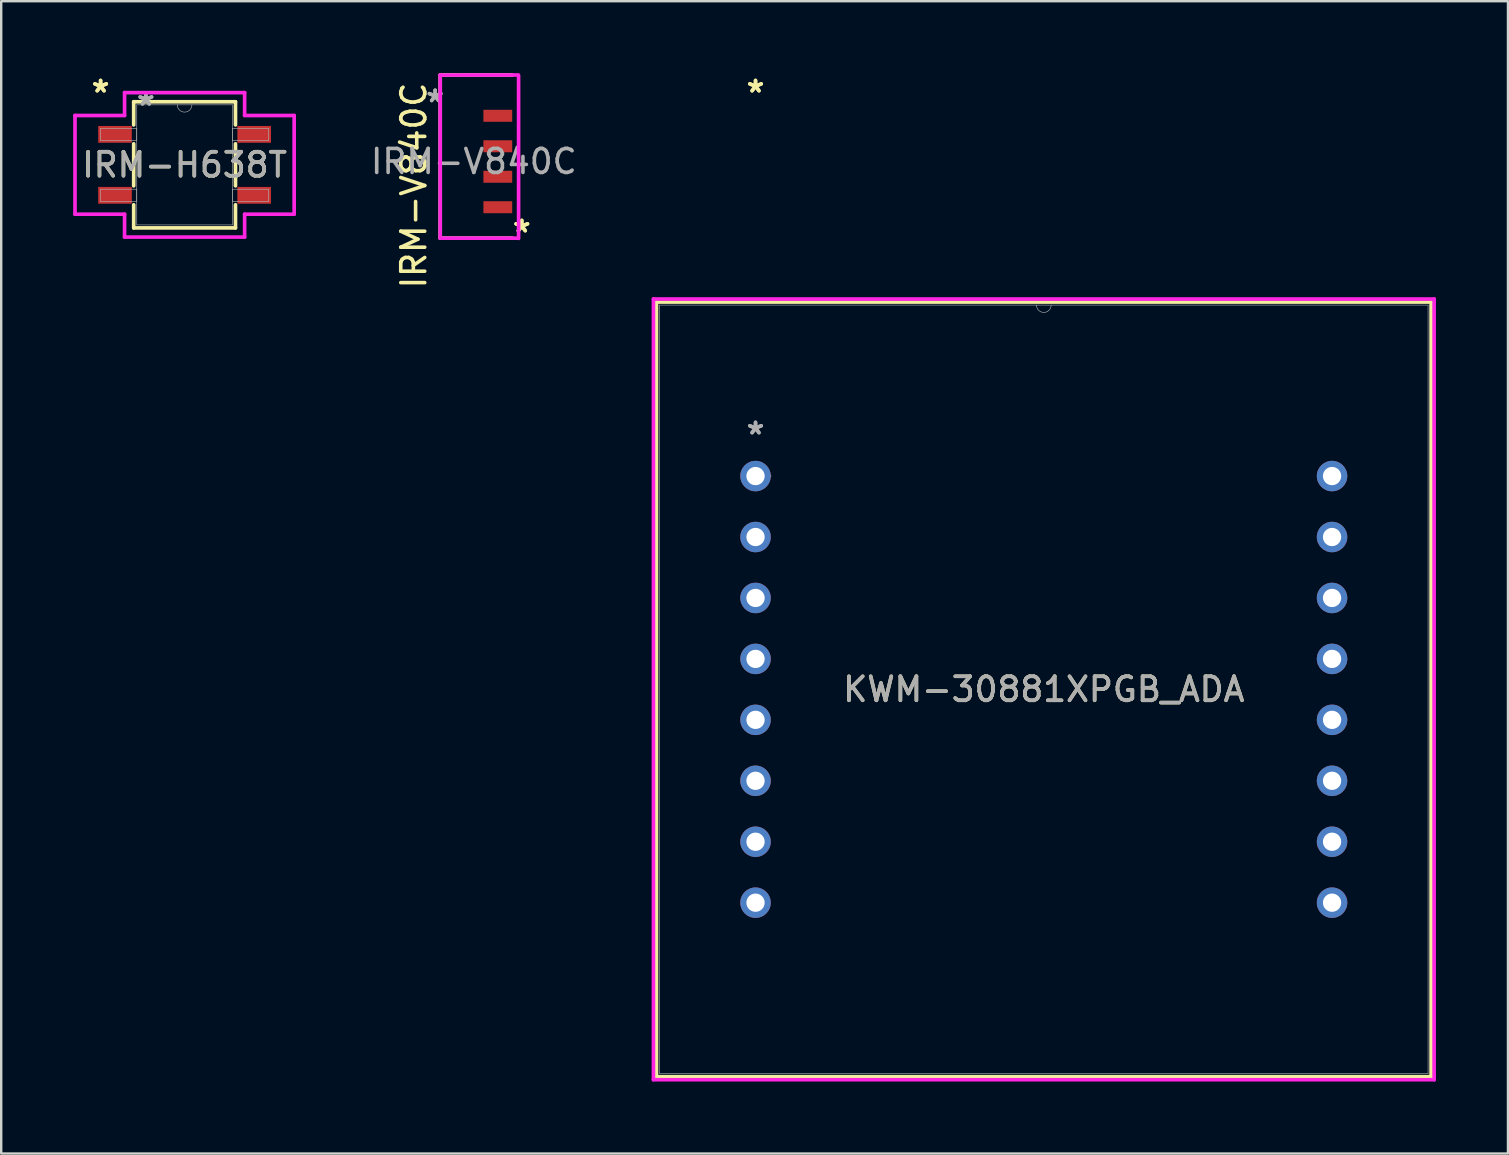
<source format=kicad_pcb>
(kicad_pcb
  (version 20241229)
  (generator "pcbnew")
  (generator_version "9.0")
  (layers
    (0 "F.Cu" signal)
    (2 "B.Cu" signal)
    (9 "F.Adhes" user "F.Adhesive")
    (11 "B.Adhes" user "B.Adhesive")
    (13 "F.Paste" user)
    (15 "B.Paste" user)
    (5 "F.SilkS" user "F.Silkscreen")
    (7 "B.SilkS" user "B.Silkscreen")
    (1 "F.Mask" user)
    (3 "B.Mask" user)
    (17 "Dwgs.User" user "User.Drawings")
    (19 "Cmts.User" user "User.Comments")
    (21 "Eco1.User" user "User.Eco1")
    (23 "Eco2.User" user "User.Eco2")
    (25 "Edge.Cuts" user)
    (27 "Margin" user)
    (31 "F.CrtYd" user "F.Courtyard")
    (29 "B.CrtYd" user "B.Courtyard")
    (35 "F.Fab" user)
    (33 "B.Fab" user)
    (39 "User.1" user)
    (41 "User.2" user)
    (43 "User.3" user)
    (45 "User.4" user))
  (footprint "KWM-30881XPGB_ADA"
    (layer "F.Cu")
    (at 28.438 16.791)
    (property "Reference" "KWM-30881XPGB_ADA" (at 12.014 8.89 0) (unlocked yes) (layer "F.SilkS") (effects (font (size 1 1) (thickness 0.15))))
    (attr through_hole)
    (fp_line (start -4.128 -7.252) (end -4.128 25.032) (stroke (width 0.152) (type solid)) (layer "F.SilkS"))
    (fp_line (start -4.128 25.032) (end 28.156 25.032) (stroke (width 0.152) (type solid)) (layer "F.SilkS"))
    (fp_line (start 28.156 -7.252) (end -4.128 -7.252) (stroke (width 0.152) (type solid)) (layer "F.SilkS"))
    (fp_line (start 28.156 25.032) (end 28.156 -7.252) (stroke (width 0.152) (type solid)) (layer "F.SilkS"))
    (fp_line (start -4.255 -7.379) (end 28.283 -7.379) (stroke (width 0.152) (type solid)) (layer "F.CrtYd"))
    (fp_line (start -4.255 25.159) (end -4.255 -7.379) (stroke (width 0.152) (type solid)) (layer "F.CrtYd"))
    (fp_line (start 28.283 -7.379) (end 28.283 25.159) (stroke (width 0.152) (type solid)) (layer "F.CrtYd"))
    (fp_line (start 28.283 25.159) (end -4.255 25.159) (stroke (width 0.152) (type solid)) (layer "F.CrtYd"))
    (fp_line (start -4 -7.125) (end -4 24.905) (stroke (width 0.025) (type solid)) (layer "F.Fab"))
    (fp_line (start -4 24.905) (end 28.029 24.905) (stroke (width 0.025) (type solid)) (layer "F.Fab"))
    (fp_line (start 28.029 -7.125) (end -4 -7.125) (stroke (width 0.025) (type solid)) (layer "F.Fab"))
    (fp_line (start 28.029 24.905) (end 28.029 -7.125) (stroke (width 0.025) (type solid)) (layer "F.Fab"))
    (fp_arc (start 12.319 -7.1247) (mid 12.0142 -6.8199) (end 11.7094 -7.1247) (stroke (width 0.0254) (type solid)) (layer "F.Fab"))
    (fp_circle (center 0.635 0) (end 0.635 0) (stroke (width 0.025) (type solid)) (fill no) (layer "F.Fab"))
    (fp_text user "*" (at 0 -15.943 0) (unlocked yes) (layer "F.SilkS") (effects (font (size 1 1) (thickness 0.15))))
    (fp_text user "*" (at 0 -15.943 0) (layer "F.SilkS") (effects (font (size 1 1) (thickness 0.15))))
    (fp_text user "*" (at 0 -1.693 0) (unlocked yes) (layer "F.Fab") (effects (font (size 1 1) (thickness 0.15))))
    (fp_text user "*" (at 0 -1.693 0) (layer "F.Fab") (effects (font (size 1 1) (thickness 0.15))))
    (fp_text user "${REFERENCE}" (at 12.014 8.89 0) (unlocked yes) (layer "F.Fab") (effects (font (size 1 1) (thickness 0.15))))
    (pad "1" thru_hole circle (at 0 0) (size 1.27 1.27) (drill 0.762) (layers "*.Cu" "*.Mask"))
    (pad "2" thru_hole circle (at 0 2.54) (size 1.27 1.27) (drill 0.762) (layers "*.Cu" "*.Mask"))
    (pad "3" thru_hole circle (at 0 5.08) (size 1.27 1.27) (drill 0.762) (layers "*.Cu" "*.Mask"))
    (pad "4" thru_hole circle (at 0 7.62) (size 1.27 1.27) (drill 0.762) (layers "*.Cu" "*.Mask"))
    (pad "5" thru_hole circle (at 0 10.16) (size 1.27 1.27) (drill 0.762) (layers "*.Cu" "*.Mask"))
    (pad "6" thru_hole circle (at 0 12.7) (size 1.27 1.27) (drill 0.762) (layers "*.Cu" "*.Mask"))
    (pad "7" thru_hole circle (at 0 15.24) (size 1.27 1.27) (drill 0.762) (layers "*.Cu" "*.Mask"))
    (pad "8" thru_hole circle (at 0 17.78) (size 1.27 1.27) (drill 0.762) (layers "*.Cu" "*.Mask"))
    (pad "9" thru_hole circle (at 24.028 17.78) (size 1.27 1.27) (drill 0.762) (layers "*.Cu" "*.Mask"))
    (pad "10" thru_hole circle (at 24.028 15.24) (size 1.27 1.27) (drill 0.762) (layers "*.Cu" "*.Mask"))
    (pad "11" thru_hole circle (at 24.028 12.7) (size 1.27 1.27) (drill 0.762) (layers "*.Cu" "*.Mask"))
    (pad "12" thru_hole circle (at 24.028 10.16) (size 1.27 1.27) (drill 0.762) (layers "*.Cu" "*.Mask"))
    (pad "13" thru_hole circle (at 24.028 7.62) (size 1.27 1.27) (drill 0.762) (layers "*.Cu" "*.Mask"))
    (pad "14" thru_hole circle (at 24.028 5.08) (size 1.27 1.27) (drill 0.762) (layers "*.Cu" "*.Mask"))
    (pad "15" thru_hole circle (at 24.028 2.54) (size 1.27 1.27) (drill 0.762) (layers "*.Cu" "*.Mask"))
    (pad "16" thru_hole circle (at 24.028 0) (size 1.27 1.27) (drill 0.762) (layers "*.Cu" "*.Mask")))
  (footprint "IRM-H638T"
    (layer "F.Cu")
    (at 4.643 3.82)
    (property "Reference" "IRM-H638T" (at 0 0 0) (unlocked yes) (layer "F.SilkS") (effects (font (size 1 1) (thickness 0.15))))
    (attr smd)
    (fp_line (start -2.121 -2.629) (end -2.121 -1.664) (stroke (width 0.152) (type solid)) (layer "F.SilkS"))
    (fp_line (start -2.121 -0.876) (end -2.121 0.876) (stroke (width 0.152) (type solid)) (layer "F.SilkS"))
    (fp_line (start -2.121 1.664) (end -2.121 2.629) (stroke (width 0.152) (type solid)) (layer "F.SilkS"))
    (fp_line (start -2.121 2.629) (end 2.121 2.629) (stroke (width 0.152) (type solid)) (layer "F.SilkS"))
    (fp_line (start 2.121 -2.629) (end -2.121 -2.629) (stroke (width 0.152) (type solid)) (layer "F.SilkS"))
    (fp_line (start 2.121 -1.664) (end 2.121 -2.629) (stroke (width 0.152) (type solid)) (layer "F.SilkS"))
    (fp_line (start 2.121 0.876) (end 2.121 -0.876) (stroke (width 0.152) (type solid)) (layer "F.SilkS"))
    (fp_line (start 2.121 2.629) (end 2.121 1.664) (stroke (width 0.152) (type solid)) (layer "F.SilkS"))
    (fp_line (start -4.567 -2.057) (end -2.502 -2.057) (stroke (width 0.152) (type solid)) (layer "F.CrtYd"))
    (fp_line (start -4.567 2.057) (end -4.567 -2.057) (stroke (width 0.152) (type solid)) (layer "F.CrtYd"))
    (fp_line (start -4.567 2.057) (end -2.502 2.057) (stroke (width 0.152) (type solid)) (layer "F.CrtYd"))
    (fp_line (start -2.502 -3.01) (end 2.502 -3.01) (stroke (width 0.152) (type solid)) (layer "F.CrtYd"))
    (fp_line (start -2.502 -2.057) (end -2.502 -3.01) (stroke (width 0.152) (type solid)) (layer "F.CrtYd"))
    (fp_line (start -2.502 3.01) (end -2.502 2.057) (stroke (width 0.152) (type solid)) (layer "F.CrtYd"))
    (fp_line (start 2.502 -3.01) (end 2.502 -2.057) (stroke (width 0.152) (type solid)) (layer "F.CrtYd"))
    (fp_line (start 2.502 2.057) (end 2.502 3.01) (stroke (width 0.152) (type solid)) (layer "F.CrtYd"))
    (fp_line (start 2.502 3.01) (end -2.502 3.01) (stroke (width 0.152) (type solid)) (layer "F.CrtYd"))
    (fp_line (start 4.567 -2.057) (end 2.502 -2.057) (stroke (width 0.152) (type solid)) (layer "F.CrtYd"))
    (fp_line (start 4.567 -2.057) (end 4.567 2.057) (stroke (width 0.152) (type solid)) (layer "F.CrtYd"))
    (fp_line (start 4.567 2.057) (end 2.502 2.057) (stroke (width 0.152) (type solid)) (layer "F.CrtYd"))
    (fp_line (start -3.5 -1.524) (end -3.5 -1.016) (stroke (width 0.025) (type solid)) (layer "F.Fab"))
    (fp_line (start -3.5 -1.016) (end -1.994 -1.016) (stroke (width 0.025) (type solid)) (layer "F.Fab"))
    (fp_line (start -3.5 1.016) (end -3.5 1.524) (stroke (width 0.025) (type solid)) (layer "F.Fab"))
    (fp_line (start -3.5 1.524) (end -1.994 1.524) (stroke (width 0.025) (type solid)) (layer "F.Fab"))
    (fp_line (start -1.994 -2.502) (end -1.994 2.502) (stroke (width 0.025) (type solid)) (layer "F.Fab"))
    (fp_line (start -1.994 -1.524) (end -3.5 -1.524) (stroke (width 0.025) (type solid)) (layer "F.Fab"))
    (fp_line (start -1.994 -1.016) (end -1.994 -1.524) (stroke (width 0.025) (type solid)) (layer "F.Fab"))
    (fp_line (start -1.994 1.016) (end -3.5 1.016) (stroke (width 0.025) (type solid)) (layer "F.Fab"))
    (fp_line (start -1.994 1.524) (end -1.994 1.016) (stroke (width 0.025) (type solid)) (layer "F.Fab"))
    (fp_line (start -1.994 2.502) (end 1.994 2.502) (stroke (width 0.025) (type solid)) (layer "F.Fab"))
    (fp_line (start 1.994 -2.502) (end -1.994 -2.502) (stroke (width 0.025) (type solid)) (layer "F.Fab"))
    (fp_line (start 1.994 -1.524) (end 1.994 -1.016) (stroke (width 0.025) (type solid)) (layer "F.Fab"))
    (fp_line (start 1.994 -1.016) (end 3.5 -1.016) (stroke (width 0.025) (type solid)) (layer "F.Fab"))
    (fp_line (start 1.994 1.016) (end 1.994 1.524) (stroke (width 0.025) (type solid)) (layer "F.Fab"))
    (fp_line (start 1.994 1.524) (end 3.5 1.524) (stroke (width 0.025) (type solid)) (layer "F.Fab"))
    (fp_line (start 1.994 2.502) (end 1.994 -2.502) (stroke (width 0.025) (type solid)) (layer "F.Fab"))
    (fp_line (start 3.5 -1.524) (end 1.994 -1.524) (stroke (width 0.025) (type solid)) (layer "F.Fab"))
    (fp_line (start 3.5 -1.016) (end 3.5 -1.524) (stroke (width 0.025) (type solid)) (layer "F.Fab"))
    (fp_line (start 3.5 1.016) (end 1.994 1.016) (stroke (width 0.025) (type solid)) (layer "F.Fab"))
    (fp_line (start 3.5 1.524) (end 3.5 1.016) (stroke (width 0.025) (type solid)) (layer "F.Fab"))
    (fp_arc (start 0.3048 -2.5019) (mid 0 -2.1971) (end -0.3048 -2.5019) (stroke (width 0.0254) (type solid)) (layer "F.Fab"))
    (fp_text user "*" (at -3.5 -2.972 0) (unlocked yes) (layer "F.SilkS") (effects (font (size 1 1) (thickness 0.15))))
    (fp_text user "*" (at -3.5 -2.972 0) (layer "F.SilkS") (effects (font (size 1 1) (thickness 0.15))))
    (fp_text user "*" (at -1.613 -2.426 0) (layer "F.Fab") (effects (font (size 1 1) (thickness 0.15))))
    (fp_text user "*" (at -1.613 -2.426 0) (unlocked yes) (layer "F.Fab") (effects (font (size 1 1) (thickness 0.15))))
    (fp_text user "${REFERENCE}" (at 0 0 0) (unlocked yes) (layer "F.Fab") (effects (font (size 1 1) (thickness 0.15))))
    (pad "1" smd rect (at -2.9 -1.27) (size 1.4 0.7) (layers "F.Cu" "F.Mask" "F.Paste"))
    (pad "2" smd rect (at -2.9 1.27) (size 1.4 0.7) (layers "F.Cu" "F.Mask" "F.Paste"))
    (pad "3" smd rect (at 2.9 1.27) (size 1.4 0.7) (layers "F.Cu" "F.Mask" "F.Paste"))
    (pad "4" smd rect (at 2.9 -1.27) (size 1.4 0.7) (layers "F.Cu" "F.Mask" "F.Paste")))
  (footprint "IRM-V840C"
    (layer "F.Cu")
    (at 16.697 3.681)
    (property "Reference" "IRM-V840C" (at -2.5 1 90) (unlocked yes) (layer "F.SilkS") (effects (font (size 1 1) (thickness 0.15))))
    (attr smd)
    (fp_line (start -1.4 -3.605) (end -1.4 3.195) (stroke (width 0.152) (type solid)) (layer "F.SilkS"))
    (fp_line (start -1.4 -3.605) (end 1.6 -3.605) (stroke (width 0.152) (type solid)) (layer "F.SilkS"))
    (fp_line (start -1.4 3.195) (end 1.6 3.195) (stroke (width 0.152) (type solid)) (layer "F.SilkS"))
    (fp_line (start -1.4 3.195) (end -1.4 -3.602) (stroke (width 0.152) (type solid)) (layer "F.CrtYd"))
    (fp_line (start -1.4 3.195) (end 1.851 3.195) (stroke (width 0.152) (type solid)) (layer "F.CrtYd"))
    (fp_line (start -1.399 -3.602) (end 1.851 -3.605) (stroke (width 0.152) (type solid)) (layer "F.CrtYd"))
    (fp_line (start 1.866 3.205) (end 1.866 -3.592) (stroke (width 0.152) (type solid)) (layer "F.CrtYd"))
    (fp_text user "*" (at 2 3 0) (layer "F.SilkS") (effects (font (size 1 1) (thickness 0.15))))
    (fp_text user "*" (at 2 3 0) (unlocked yes) (layer "F.SilkS") (effects (font (size 1 1) (thickness 0.15))))
    (fp_text user "${REFERENCE}" (at 0 0 0) (unlocked yes) (layer "F.Fab") (effects (font (size 1 1) (thickness 0.15))))
    (fp_text user "*" (at -1.613 -2.426 0) (unlocked yes) (layer "F.Fab") (effects (font (size 1 1) (thickness 0.15))))
    (fp_text user "*" (at -1.613 -2.426 0) (layer "F.Fab") (effects (font (size 1 1) (thickness 0.15))))
    (pad "1" smd rect (at 1 1.905) (size 1.2 0.5) (layers "F.Cu" "F.Mask" "F.Paste"))
    (pad "2" smd rect (at 1 0.635) (size 1.2 0.5) (layers "F.Cu" "F.Mask" "F.Paste"))
    (pad "3" smd rect (at 1 -0.635) (size 1.2 0.5) (layers "F.Cu" "F.Mask" "F.Paste"))
    (pad "4" smd rect (at 1 -1.905) (size 1.2 0.5) (layers "F.Cu" "F.Mask" "F.Paste")))
  (gr_rect
    (start -3 -3)
    (end 59.797 45.026)
    (stroke (width 0.1) (type default))
    (fill no)
    (layer "Edge.Cuts")))
</source>
